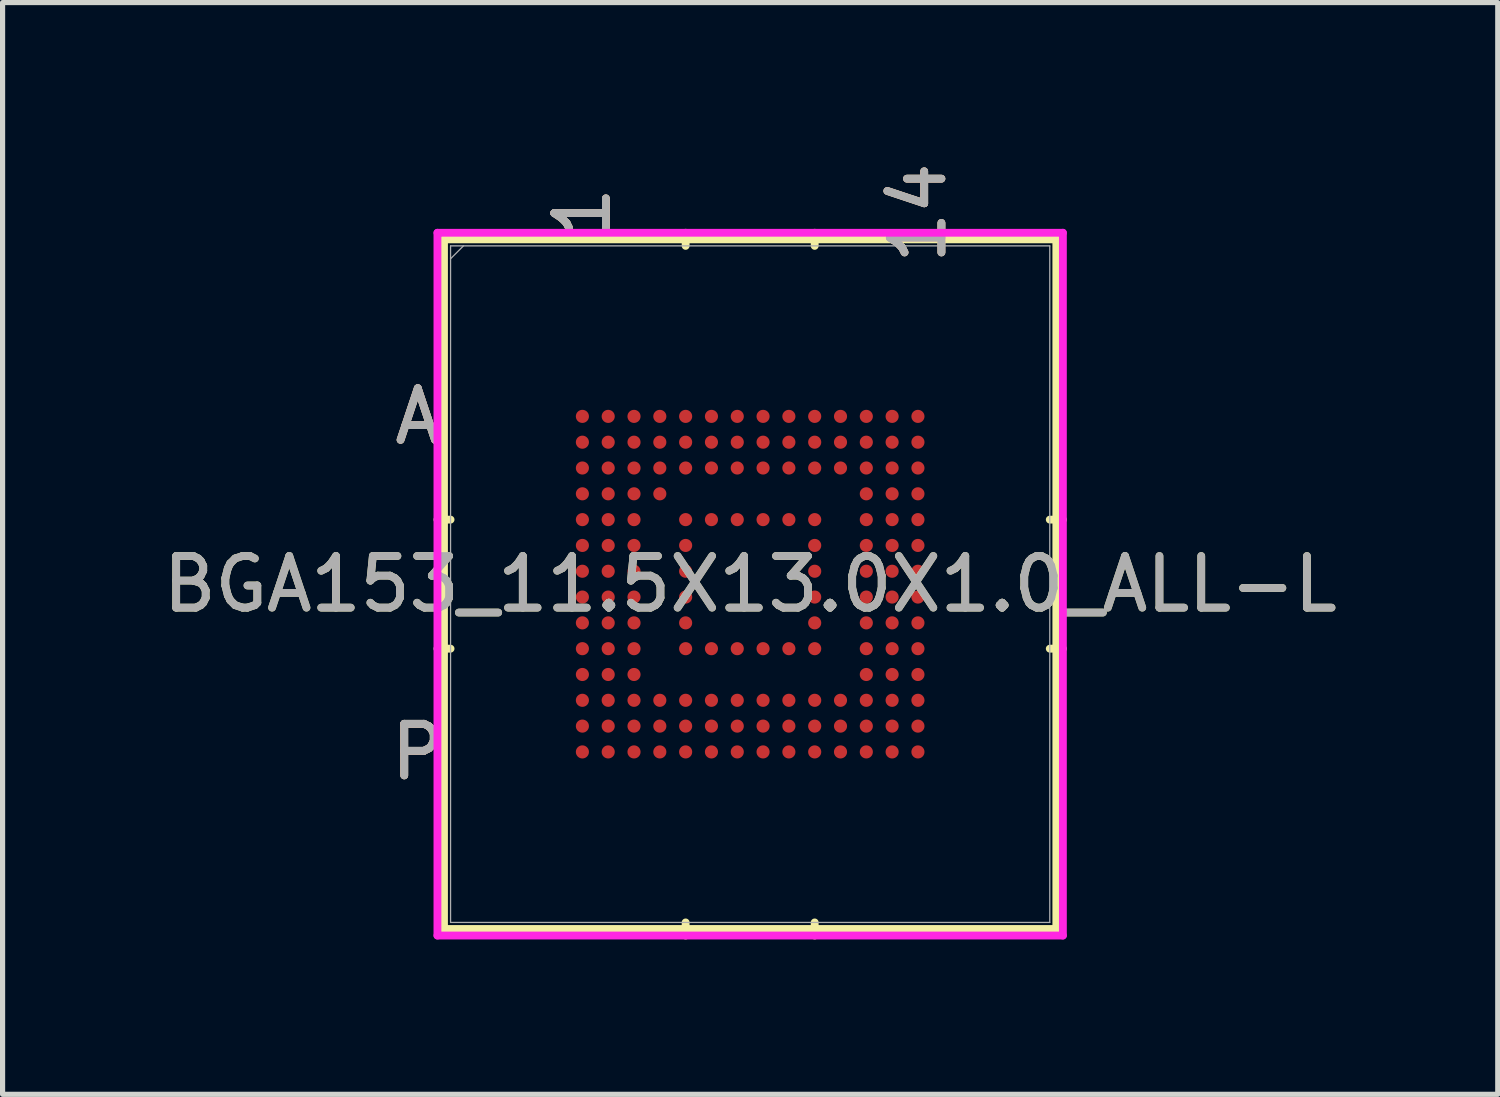
<source format=kicad_pcb>
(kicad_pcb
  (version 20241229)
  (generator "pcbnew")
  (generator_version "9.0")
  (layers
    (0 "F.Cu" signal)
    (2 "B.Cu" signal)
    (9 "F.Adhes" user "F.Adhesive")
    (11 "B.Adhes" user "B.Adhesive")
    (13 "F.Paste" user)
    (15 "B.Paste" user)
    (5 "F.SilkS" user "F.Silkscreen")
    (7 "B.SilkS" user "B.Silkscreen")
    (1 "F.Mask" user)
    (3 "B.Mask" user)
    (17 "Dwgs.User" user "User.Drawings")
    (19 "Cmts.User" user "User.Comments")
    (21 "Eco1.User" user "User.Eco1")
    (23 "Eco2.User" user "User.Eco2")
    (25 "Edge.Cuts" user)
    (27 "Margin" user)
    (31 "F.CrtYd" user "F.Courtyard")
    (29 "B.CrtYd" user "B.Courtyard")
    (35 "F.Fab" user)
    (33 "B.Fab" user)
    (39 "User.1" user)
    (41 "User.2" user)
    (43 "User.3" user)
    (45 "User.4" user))
  (footprint "BGA153_11.5X13.0X1.0_ALL-L"
    (layer "F.Cu")
    (at 11.482 8.266)
    (property "Reference" "BGA153_11.5X13.0X1.0_ALL-L" (at 0 0 0) (unlocked yes) (layer "F.SilkS") (effects (font (size 1 1) (thickness 0.15))))
    (attr smd)
    (fp_line (start -5.931 -6.68) (end -5.931 6.68) (stroke (width 0.152) (type solid)) (layer "F.SilkS"))
    (fp_line (start -5.931 6.68) (end 5.931 6.68) (stroke (width 0.152) (type solid)) (layer "F.SilkS"))
    (fp_line (start -5.804 -1.25) (end -6.058 -1.25) (stroke (width 0.152) (type solid)) (layer "F.SilkS"))
    (fp_line (start -5.804 1.25) (end -6.058 1.25) (stroke (width 0.152) (type solid)) (layer "F.SilkS"))
    (fp_line (start -1.25 -6.553) (end -1.25 -6.807) (stroke (width 0.152) (type solid)) (layer "F.SilkS"))
    (fp_line (start -1.25 6.553) (end -1.25 6.807) (stroke (width 0.152) (type solid)) (layer "F.SilkS"))
    (fp_line (start 1.25 -6.553) (end 1.25 -6.807) (stroke (width 0.152) (type solid)) (layer "F.SilkS"))
    (fp_line (start 1.25 6.553) (end 1.25 6.807) (stroke (width 0.152) (type solid)) (layer "F.SilkS"))
    (fp_line (start 5.804 -1.25) (end 6.058 -1.25) (stroke (width 0.152) (type solid)) (layer "F.SilkS"))
    (fp_line (start 5.804 1.25) (end 6.058 1.25) (stroke (width 0.152) (type solid)) (layer "F.SilkS"))
    (fp_line (start 5.931 -6.68) (end -5.931 -6.68) (stroke (width 0.152) (type solid)) (layer "F.SilkS"))
    (fp_line (start 5.931 6.68) (end 5.931 -6.68) (stroke (width 0.152) (type solid)) (layer "F.SilkS"))
    (fp_poly (pts (xy -3.945 -3.945) (xy 3.945 -3.945) (xy 3.945 3.945) (xy -3.945 3.945)) (stroke (width 0.1) (type solid)) (fill no) (layer "Eco2.User"))
    (fp_line (start -6.058 -6.807) (end 6.058 -6.807) (stroke (width 0.152) (type solid)) (layer "F.CrtYd"))
    (fp_line (start -6.058 6.807) (end -6.058 -6.807) (stroke (width 0.152) (type solid)) (layer "F.CrtYd"))
    (fp_line (start 6.058 -6.807) (end 6.058 6.807) (stroke (width 0.152) (type solid)) (layer "F.CrtYd"))
    (fp_line (start 6.058 6.807) (end -6.058 6.807) (stroke (width 0.152) (type solid)) (layer "F.CrtYd"))
    (fp_line (start -5.804 -6.553) (end -5.804 6.553) (stroke (width 0.025) (type solid)) (layer "F.Fab"))
    (fp_line (start -5.804 6.553) (end 5.804 6.553) (stroke (width 0.025) (type solid)) (layer "F.Fab"))
    (fp_line (start -5.554 -6.553) (end -5.804 -6.303) (stroke (width 0.025) (type solid)) (layer "F.Fab"))
    (fp_line (start 5.804 -6.553) (end -5.804 -6.553) (stroke (width 0.025) (type solid)) (layer "F.Fab"))
    (fp_line (start 5.804 6.553) (end 5.804 -6.553) (stroke (width 0.025) (type solid)) (layer "F.Fab"))
    (fp_text user "1" (at -3.25 -7.188 90) (unlocked yes) (layer "F.SilkS") (effects (font (size 1 1) (thickness 0.15))))
    (fp_text user "14" (at 3.25 -7.188 90) (unlocked yes) (layer "F.SilkS") (effects (font (size 1 1) (thickness 0.15))))
    (fp_text user "A" (at -6.439 -3.25 0) (unlocked yes) (layer "F.SilkS") (effects (font (size 1 1) (thickness 0.15))))
    (fp_text user "P" (at -6.439 3.25 0) (unlocked yes) (layer "F.SilkS") (effects (font (size 1 1) (thickness 0.15))))
    (fp_text user "A" (at -6.439 -3.25 0) (unlocked yes) (layer "B.SilkS") (effects (font (size 1 1) (thickness 0.15))))
    (fp_text user "1" (at -3.25 -7.188 90) (unlocked yes) (layer "B.SilkS") (effects (font (size 1 1) (thickness 0.15))))
    (fp_text user "14" (at 3.25 -7.188 90) (unlocked yes) (layer "B.SilkS") (effects (font (size 1 1) (thickness 0.15))))
    (fp_text user "P" (at -6.439 3.25 0) (unlocked yes) (layer "B.SilkS") (effects (font (size 1 1) (thickness 0.15))))
    (fp_text user "P" (at -6.439 3.25 0) (unlocked yes) (layer "F.Fab") (effects (font (size 1 1) (thickness 0.15))))
    (fp_text user "A" (at -6.439 -3.25 0) (unlocked yes) (layer "F.Fab") (effects (font (size 1 1) (thickness 0.15))))
    (fp_text user "1" (at -3.25 -7.188 90) (unlocked yes) (layer "F.Fab") (effects (font (size 1 1) (thickness 0.15))))
    (fp_text user "${REFERENCE}" (at 0 0 0) (unlocked yes) (layer "F.Fab") (effects (font (size 1 1) (thickness 0.15))))
    (fp_text user "14" (at 3.25 -7.188 90) (unlocked yes) (layer "F.Fab") (effects (font (size 1 1) (thickness 0.15))))
    (pad "A1" smd circle (at -3.25 -3.25) (size 0.254 0.254) (layers "F.Cu" "F.Mask" "F.Paste"))
    (pad "A2" smd circle (at -2.75 -3.25) (size 0.254 0.254) (layers "F.Cu" "F.Mask" "F.Paste"))
    (pad "A3" smd circle (at -2.25 -3.25) (size 0.254 0.254) (layers "F.Cu" "F.Mask" "F.Paste"))
    (pad "A4" smd circle (at -1.75 -3.25) (size 0.254 0.254) (layers "F.Cu" "F.Mask" "F.Paste"))
    (pad "A5" smd circle (at -1.25 -3.25) (size 0.254 0.254) (layers "F.Cu" "F.Mask" "F.Paste"))
    (pad "A6" smd circle (at -0.75 -3.25) (size 0.254 0.254) (layers "F.Cu" "F.Mask" "F.Paste"))
    (pad "A7" smd circle (at -0.25 -3.25) (size 0.254 0.254) (layers "F.Cu" "F.Mask" "F.Paste"))
    (pad "A8" smd circle (at 0.25 -3.25) (size 0.254 0.254) (layers "F.Cu" "F.Mask" "F.Paste"))
    (pad "A9" smd circle (at 0.75 -3.25) (size 0.254 0.254) (layers "F.Cu" "F.Mask" "F.Paste"))
    (pad "A10" smd circle (at 1.25 -3.25) (size 0.254 0.254) (layers "F.Cu" "F.Mask" "F.Paste"))
    (pad "A11" smd circle (at 1.75 -3.25) (size 0.254 0.254) (layers "F.Cu" "F.Mask" "F.Paste"))
    (pad "A12" smd circle (at 2.25 -3.25) (size 0.254 0.254) (layers "F.Cu" "F.Mask" "F.Paste"))
    (pad "A13" smd circle (at 2.75 -3.25) (size 0.254 0.254) (layers "F.Cu" "F.Mask" "F.Paste"))
    (pad "A14" smd circle (at 3.25 -3.25) (size 0.254 0.254) (layers "F.Cu" "F.Mask" "F.Paste"))
    (pad "B1" smd circle (at -3.25 -2.75) (size 0.254 0.254) (layers "F.Cu" "F.Mask" "F.Paste"))
    (pad "B2" smd circle (at -2.75 -2.75) (size 0.254 0.254) (layers "F.Cu" "F.Mask" "F.Paste"))
    (pad "B3" smd circle (at -2.25 -2.75) (size 0.254 0.254) (layers "F.Cu" "F.Mask" "F.Paste"))
    (pad "B4" smd circle (at -1.75 -2.75) (size 0.254 0.254) (layers "F.Cu" "F.Mask" "F.Paste"))
    (pad "B5" smd circle (at -1.25 -2.75) (size 0.254 0.254) (layers "F.Cu" "F.Mask" "F.Paste"))
    (pad "B6" smd circle (at -0.75 -2.75) (size 0.254 0.254) (layers "F.Cu" "F.Mask" "F.Paste"))
    (pad "B7" smd circle (at -0.25 -2.75) (size 0.254 0.254) (layers "F.Cu" "F.Mask" "F.Paste"))
    (pad "B8" smd circle (at 0.25 -2.75) (size 0.254 0.254) (layers "F.Cu" "F.Mask" "F.Paste"))
    (pad "B9" smd circle (at 0.75 -2.75) (size 0.254 0.254) (layers "F.Cu" "F.Mask" "F.Paste"))
    (pad "B10" smd circle (at 1.25 -2.75) (size 0.254 0.254) (layers "F.Cu" "F.Mask" "F.Paste"))
    (pad "B11" smd circle (at 1.75 -2.75) (size 0.254 0.254) (layers "F.Cu" "F.Mask" "F.Paste"))
    (pad "B12" smd circle (at 2.25 -2.75) (size 0.254 0.254) (layers "F.Cu" "F.Mask" "F.Paste"))
    (pad "B13" smd circle (at 2.75 -2.75) (size 0.254 0.254) (layers "F.Cu" "F.Mask" "F.Paste"))
    (pad "B14" smd circle (at 3.25 -2.75) (size 0.254 0.254) (layers "F.Cu" "F.Mask" "F.Paste"))
    (pad "C1" smd circle (at -3.25 -2.25) (size 0.254 0.254) (layers "F.Cu" "F.Mask" "F.Paste"))
    (pad "C2" smd circle (at -2.75 -2.25) (size 0.254 0.254) (layers "F.Cu" "F.Mask" "F.Paste"))
    (pad "C3" smd circle (at -2.25 -2.25) (size 0.254 0.254) (layers "F.Cu" "F.Mask" "F.Paste"))
    (pad "C4" smd circle (at -1.75 -2.25) (size 0.254 0.254) (layers "F.Cu" "F.Mask" "F.Paste"))
    (pad "C5" smd circle (at -1.25 -2.25) (size 0.254 0.254) (layers "F.Cu" "F.Mask" "F.Paste"))
    (pad "C6" smd circle (at -0.75 -2.25) (size 0.254 0.254) (layers "F.Cu" "F.Mask" "F.Paste"))
    (pad "C7" smd circle (at -0.25 -2.25) (size 0.254 0.254) (layers "F.Cu" "F.Mask" "F.Paste"))
    (pad "C8" smd circle (at 0.25 -2.25) (size 0.254 0.254) (layers "F.Cu" "F.Mask" "F.Paste"))
    (pad "C9" smd circle (at 0.75 -2.25) (size 0.254 0.254) (layers "F.Cu" "F.Mask" "F.Paste"))
    (pad "C10" smd circle (at 1.25 -2.25) (size 0.254 0.254) (layers "F.Cu" "F.Mask" "F.Paste"))
    (pad "C11" smd circle (at 1.75 -2.25) (size 0.254 0.254) (layers "F.Cu" "F.Mask" "F.Paste"))
    (pad "C12" smd circle (at 2.25 -2.25) (size 0.254 0.254) (layers "F.Cu" "F.Mask" "F.Paste"))
    (pad "C13" smd circle (at 2.75 -2.25) (size 0.254 0.254) (layers "F.Cu" "F.Mask" "F.Paste"))
    (pad "C14" smd circle (at 3.25 -2.25) (size 0.254 0.254) (layers "F.Cu" "F.Mask" "F.Paste"))
    (pad "D1" smd circle (at -3.25 -1.75) (size 0.254 0.254) (layers "F.Cu" "F.Mask" "F.Paste"))
    (pad "D2" smd circle (at -2.75 -1.75) (size 0.254 0.254) (layers "F.Cu" "F.Mask" "F.Paste"))
    (pad "D3" smd circle (at -2.25 -1.75) (size 0.254 0.254) (layers "F.Cu" "F.Mask" "F.Paste"))
    (pad "D4" smd circle (at -1.75 -1.75) (size 0.254 0.254) (layers "F.Cu" "F.Mask" "F.Paste"))
    (pad "D12" smd circle (at 2.25 -1.75) (size 0.254 0.254) (layers "F.Cu" "F.Mask" "F.Paste"))
    (pad "D13" smd circle (at 2.75 -1.75) (size 0.254 0.254) (layers "F.Cu" "F.Mask" "F.Paste"))
    (pad "D14" smd circle (at 3.25 -1.75) (size 0.254 0.254) (layers "F.Cu" "F.Mask" "F.Paste"))
    (pad "E1" smd circle (at -3.25 -1.25) (size 0.254 0.254) (layers "F.Cu" "F.Mask" "F.Paste"))
    (pad "E2" smd circle (at -2.75 -1.25) (size 0.254 0.254) (layers "F.Cu" "F.Mask" "F.Paste"))
    (pad "E3" smd circle (at -2.25 -1.25) (size 0.254 0.254) (layers "F.Cu" "F.Mask" "F.Paste"))
    (pad "E5" smd circle (at -1.25 -1.25) (size 0.254 0.254) (layers "F.Cu" "F.Mask" "F.Paste"))
    (pad "E6" smd circle (at -0.75 -1.25) (size 0.254 0.254) (layers "F.Cu" "F.Mask" "F.Paste"))
    (pad "E7" smd circle (at -0.25 -1.25) (size 0.254 0.254) (layers "F.Cu" "F.Mask" "F.Paste"))
    (pad "E8" smd circle (at 0.25 -1.25) (size 0.254 0.254) (layers "F.Cu" "F.Mask" "F.Paste"))
    (pad "E9" smd circle (at 0.75 -1.25) (size 0.254 0.254) (layers "F.Cu" "F.Mask" "F.Paste"))
    (pad "E10" smd circle (at 1.25 -1.25) (size 0.254 0.254) (layers "F.Cu" "F.Mask" "F.Paste"))
    (pad "E12" smd circle (at 2.25 -1.25) (size 0.254 0.254) (layers "F.Cu" "F.Mask" "F.Paste"))
    (pad "E13" smd circle (at 2.75 -1.25) (size 0.254 0.254) (layers "F.Cu" "F.Mask" "F.Paste"))
    (pad "E14" smd circle (at 3.25 -1.25) (size 0.254 0.254) (layers "F.Cu" "F.Mask" "F.Paste"))
    (pad "F1" smd circle (at -3.25 -0.75) (size 0.254 0.254) (layers "F.Cu" "F.Mask" "F.Paste"))
    (pad "F2" smd circle (at -2.75 -0.75) (size 0.254 0.254) (layers "F.Cu" "F.Mask" "F.Paste"))
    (pad "F3" smd circle (at -2.25 -0.75) (size 0.254 0.254) (layers "F.Cu" "F.Mask" "F.Paste"))
    (pad "F5" smd circle (at -1.25 -0.75) (size 0.254 0.254) (layers "F.Cu" "F.Mask" "F.Paste"))
    (pad "F10" smd circle (at 1.25 -0.75) (size 0.254 0.254) (layers "F.Cu" "F.Mask" "F.Paste"))
    (pad "F12" smd circle (at 2.25 -0.75) (size 0.254 0.254) (layers "F.Cu" "F.Mask" "F.Paste"))
    (pad "F13" smd circle (at 2.75 -0.75) (size 0.254 0.254) (layers "F.Cu" "F.Mask" "F.Paste"))
    (pad "F14" smd circle (at 3.25 -0.75) (size 0.254 0.254) (layers "F.Cu" "F.Mask" "F.Paste"))
    (pad "G1" smd circle (at -3.25 -0.25) (size 0.254 0.254) (layers "F.Cu" "F.Mask" "F.Paste"))
    (pad "G2" smd circle (at -2.75 -0.25) (size 0.254 0.254) (layers "F.Cu" "F.Mask" "F.Paste"))
    (pad "G3" smd circle (at -2.25 -0.25) (size 0.254 0.254) (layers "F.Cu" "F.Mask" "F.Paste"))
    (pad "G5" smd circle (at -1.25 -0.25) (size 0.254 0.254) (layers "F.Cu" "F.Mask" "F.Paste"))
    (pad "G10" smd circle (at 1.25 -0.25) (size 0.254 0.254) (layers "F.Cu" "F.Mask" "F.Paste"))
    (pad "G12" smd circle (at 2.25 -0.25) (size 0.254 0.254) (layers "F.Cu" "F.Mask" "F.Paste"))
    (pad "G13" smd circle (at 2.75 -0.25) (size 0.254 0.254) (layers "F.Cu" "F.Mask" "F.Paste"))
    (pad "G14" smd circle (at 3.25 -0.25) (size 0.254 0.254) (layers "F.Cu" "F.Mask" "F.Paste"))
    (pad "H1" smd circle (at -3.25 0.25) (size 0.254 0.254) (layers "F.Cu" "F.Mask" "F.Paste"))
    (pad "H2" smd circle (at -2.75 0.25) (size 0.254 0.254) (layers "F.Cu" "F.Mask" "F.Paste"))
    (pad "H3" smd circle (at -2.25 0.25) (size 0.254 0.254) (layers "F.Cu" "F.Mask" "F.Paste"))
    (pad "H5" smd circle (at -1.25 0.25) (size 0.254 0.254) (layers "F.Cu" "F.Mask" "F.Paste"))
    (pad "H10" smd circle (at 1.25 0.25) (size 0.254 0.254) (layers "F.Cu" "F.Mask" "F.Paste"))
    (pad "H12" smd circle (at 2.25 0.25) (size 0.254 0.254) (layers "F.Cu" "F.Mask" "F.Paste"))
    (pad "H13" smd circle (at 2.75 0.25) (size 0.254 0.254) (layers "F.Cu" "F.Mask" "F.Paste"))
    (pad "H14" smd circle (at 3.25 0.25) (size 0.254 0.254) (layers "F.Cu" "F.Mask" "F.Paste"))
    (pad "J1" smd circle (at -3.25 0.75) (size 0.254 0.254) (layers "F.Cu" "F.Mask" "F.Paste"))
    (pad "J2" smd circle (at -2.75 0.75) (size 0.254 0.254) (layers "F.Cu" "F.Mask" "F.Paste"))
    (pad "J3" smd circle (at -2.25 0.75) (size 0.254 0.254) (layers "F.Cu" "F.Mask" "F.Paste"))
    (pad "J5" smd circle (at -1.25 0.75) (size 0.254 0.254) (layers "F.Cu" "F.Mask" "F.Paste"))
    (pad "J10" smd circle (at 1.25 0.75) (size 0.254 0.254) (layers "F.Cu" "F.Mask" "F.Paste"))
    (pad "J12" smd circle (at 2.25 0.75) (size 0.254 0.254) (layers "F.Cu" "F.Mask" "F.Paste"))
    (pad "J13" smd circle (at 2.75 0.75) (size 0.254 0.254) (layers "F.Cu" "F.Mask" "F.Paste"))
    (pad "J14" smd circle (at 3.25 0.75) (size 0.254 0.254) (layers "F.Cu" "F.Mask" "F.Paste"))
    (pad "K1" smd circle (at -3.25 1.25) (size 0.254 0.254) (layers "F.Cu" "F.Mask" "F.Paste"))
    (pad "K2" smd circle (at -2.75 1.25) (size 0.254 0.254) (layers "F.Cu" "F.Mask" "F.Paste"))
    (pad "K3" smd circle (at -2.25 1.25) (size 0.254 0.254) (layers "F.Cu" "F.Mask" "F.Paste"))
    (pad "K5" smd circle (at -1.25 1.25) (size 0.254 0.254) (layers "F.Cu" "F.Mask" "F.Paste"))
    (pad "K6" smd circle (at -0.75 1.25) (size 0.254 0.254) (layers "F.Cu" "F.Mask" "F.Paste"))
    (pad "K7" smd circle (at -0.25 1.25) (size 0.254 0.254) (layers "F.Cu" "F.Mask" "F.Paste"))
    (pad "K8" smd circle (at 0.25 1.25) (size 0.254 0.254) (layers "F.Cu" "F.Mask" "F.Paste"))
    (pad "K9" smd circle (at 0.75 1.25) (size 0.254 0.254) (layers "F.Cu" "F.Mask" "F.Paste"))
    (pad "K10" smd circle (at 1.25 1.25) (size 0.254 0.254) (layers "F.Cu" "F.Mask" "F.Paste"))
    (pad "K12" smd circle (at 2.25 1.25) (size 0.254 0.254) (layers "F.Cu" "F.Mask" "F.Paste"))
    (pad "K13" smd circle (at 2.75 1.25) (size 0.254 0.254) (layers "F.Cu" "F.Mask" "F.Paste"))
    (pad "K14" smd circle (at 3.25 1.25) (size 0.254 0.254) (layers "F.Cu" "F.Mask" "F.Paste"))
    (pad "L1" smd circle (at -3.25 1.75) (size 0.254 0.254) (layers "F.Cu" "F.Mask" "F.Paste"))
    (pad "L2" smd circle (at -2.75 1.75) (size 0.254 0.254) (layers "F.Cu" "F.Mask" "F.Paste"))
    (pad "L3" smd circle (at -2.25 1.75) (size 0.254 0.254) (layers "F.Cu" "F.Mask" "F.Paste"))
    (pad "L12" smd circle (at 2.25 1.75) (size 0.254 0.254) (layers "F.Cu" "F.Mask" "F.Paste"))
    (pad "L13" smd circle (at 2.75 1.75) (size 0.254 0.254) (layers "F.Cu" "F.Mask" "F.Paste"))
    (pad "L14" smd circle (at 3.25 1.75) (size 0.254 0.254) (layers "F.Cu" "F.Mask" "F.Paste"))
    (pad "M1" smd circle (at -3.25 2.25) (size 0.254 0.254) (layers "F.Cu" "F.Mask" "F.Paste"))
    (pad "M2" smd circle (at -2.75 2.25) (size 0.254 0.254) (layers "F.Cu" "F.Mask" "F.Paste"))
    (pad "M3" smd circle (at -2.25 2.25) (size 0.254 0.254) (layers "F.Cu" "F.Mask" "F.Paste"))
    (pad "M4" smd circle (at -1.75 2.25) (size 0.254 0.254) (layers "F.Cu" "F.Mask" "F.Paste"))
    (pad "M5" smd circle (at -1.25 2.25) (size 0.254 0.254) (layers "F.Cu" "F.Mask" "F.Paste"))
    (pad "M6" smd circle (at -0.75 2.25) (size 0.254 0.254) (layers "F.Cu" "F.Mask" "F.Paste"))
    (pad "M7" smd circle (at -0.25 2.25) (size 0.254 0.254) (layers "F.Cu" "F.Mask" "F.Paste"))
    (pad "M8" smd circle (at 0.25 2.25) (size 0.254 0.254) (layers "F.Cu" "F.Mask" "F.Paste"))
    (pad "M9" smd circle (at 0.75 2.25) (size 0.254 0.254) (layers "F.Cu" "F.Mask" "F.Paste"))
    (pad "M10" smd circle (at 1.25 2.25) (size 0.254 0.254) (layers "F.Cu" "F.Mask" "F.Paste"))
    (pad "M11" smd circle (at 1.75 2.25) (size 0.254 0.254) (layers "F.Cu" "F.Mask" "F.Paste"))
    (pad "M12" smd circle (at 2.25 2.25) (size 0.254 0.254) (layers "F.Cu" "F.Mask" "F.Paste"))
    (pad "M13" smd circle (at 2.75 2.25) (size 0.254 0.254) (layers "F.Cu" "F.Mask" "F.Paste"))
    (pad "M14" smd circle (at 3.25 2.25) (size 0.254 0.254) (layers "F.Cu" "F.Mask" "F.Paste"))
    (pad "N1" smd circle (at -3.25 2.75) (size 0.254 0.254) (layers "F.Cu" "F.Mask" "F.Paste"))
    (pad "N2" smd circle (at -2.75 2.75) (size 0.254 0.254) (layers "F.Cu" "F.Mask" "F.Paste"))
    (pad "N3" smd circle (at -2.25 2.75) (size 0.254 0.254) (layers "F.Cu" "F.Mask" "F.Paste"))
    (pad "N4" smd circle (at -1.75 2.75) (size 0.254 0.254) (layers "F.Cu" "F.Mask" "F.Paste"))
    (pad "N5" smd circle (at -1.25 2.75) (size 0.254 0.254) (layers "F.Cu" "F.Mask" "F.Paste"))
    (pad "N6" smd circle (at -0.75 2.75) (size 0.254 0.254) (layers "F.Cu" "F.Mask" "F.Paste"))
    (pad "N7" smd circle (at -0.25 2.75) (size 0.254 0.254) (layers "F.Cu" "F.Mask" "F.Paste"))
    (pad "N8" smd circle (at 0.25 2.75) (size 0.254 0.254) (layers "F.Cu" "F.Mask" "F.Paste"))
    (pad "N9" smd circle (at 0.75 2.75) (size 0.254 0.254) (layers "F.Cu" "F.Mask" "F.Paste"))
    (pad "N10" smd circle (at 1.25 2.75) (size 0.254 0.254) (layers "F.Cu" "F.Mask" "F.Paste"))
    (pad "N11" smd circle (at 1.75 2.75) (size 0.254 0.254) (layers "F.Cu" "F.Mask" "F.Paste"))
    (pad "N12" smd circle (at 2.25 2.75) (size 0.254 0.254) (layers "F.Cu" "F.Mask" "F.Paste"))
    (pad "N13" smd circle (at 2.75 2.75) (size 0.254 0.254) (layers "F.Cu" "F.Mask" "F.Paste"))
    (pad "N14" smd circle (at 3.25 2.75) (size 0.254 0.254) (layers "F.Cu" "F.Mask" "F.Paste"))
    (pad "P1" smd circle (at -3.25 3.25) (size 0.254 0.254) (layers "F.Cu" "F.Mask" "F.Paste"))
    (pad "P2" smd circle (at -2.75 3.25) (size 0.254 0.254) (layers "F.Cu" "F.Mask" "F.Paste"))
    (pad "P3" smd circle (at -2.25 3.25) (size 0.254 0.254) (layers "F.Cu" "F.Mask" "F.Paste"))
    (pad "P4" smd circle (at -1.75 3.25) (size 0.254 0.254) (layers "F.Cu" "F.Mask" "F.Paste"))
    (pad "P5" smd circle (at -1.25 3.25) (size 0.254 0.254) (layers "F.Cu" "F.Mask" "F.Paste"))
    (pad "P6" smd circle (at -0.75 3.25) (size 0.254 0.254) (layers "F.Cu" "F.Mask" "F.Paste"))
    (pad "P7" smd circle (at -0.25 3.25) (size 0.254 0.254) (layers "F.Cu" "F.Mask" "F.Paste"))
    (pad "P8" smd circle (at 0.25 3.25) (size 0.254 0.254) (layers "F.Cu" "F.Mask" "F.Paste"))
    (pad "P9" smd circle (at 0.75 3.25) (size 0.254 0.254) (layers "F.Cu" "F.Mask" "F.Paste"))
    (pad "P10" smd circle (at 1.25 3.25) (size 0.254 0.254) (layers "F.Cu" "F.Mask" "F.Paste"))
    (pad "P11" smd circle (at 1.75 3.25) (size 0.254 0.254) (layers "F.Cu" "F.Mask" "F.Paste"))
    (pad "P12" smd circle (at 2.25 3.25) (size 0.254 0.254) (layers "F.Cu" "F.Mask" "F.Paste"))
    (pad "P13" smd circle (at 2.75 3.25) (size 0.254 0.254) (layers "F.Cu" "F.Mask" "F.Paste"))
    (pad "P14" smd circle (at 3.25 3.25) (size 0.254 0.254) (layers "F.Cu" "F.Mask" "F.Paste")))
  (gr_rect
    (start -3 -3)
    (end 25.964 18.149)
    (stroke (width 0.1) (type default))
    (fill no)
    (layer "Edge.Cuts")))
</source>
